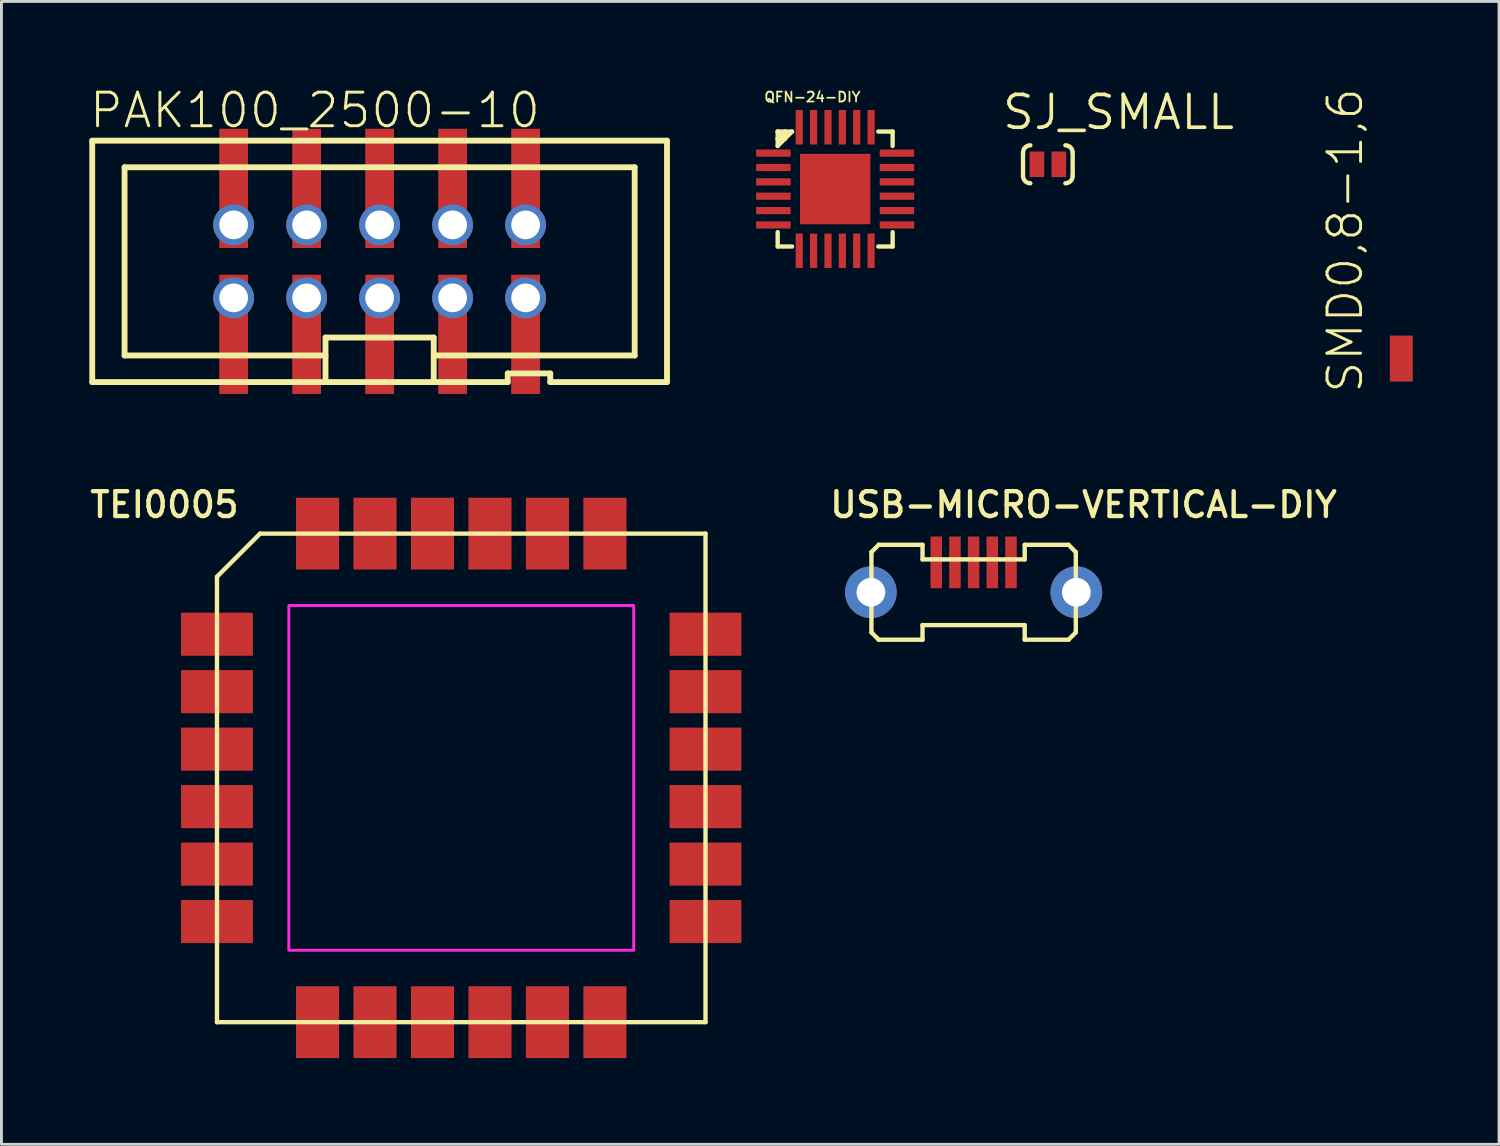
<source format=kicad_pcb>
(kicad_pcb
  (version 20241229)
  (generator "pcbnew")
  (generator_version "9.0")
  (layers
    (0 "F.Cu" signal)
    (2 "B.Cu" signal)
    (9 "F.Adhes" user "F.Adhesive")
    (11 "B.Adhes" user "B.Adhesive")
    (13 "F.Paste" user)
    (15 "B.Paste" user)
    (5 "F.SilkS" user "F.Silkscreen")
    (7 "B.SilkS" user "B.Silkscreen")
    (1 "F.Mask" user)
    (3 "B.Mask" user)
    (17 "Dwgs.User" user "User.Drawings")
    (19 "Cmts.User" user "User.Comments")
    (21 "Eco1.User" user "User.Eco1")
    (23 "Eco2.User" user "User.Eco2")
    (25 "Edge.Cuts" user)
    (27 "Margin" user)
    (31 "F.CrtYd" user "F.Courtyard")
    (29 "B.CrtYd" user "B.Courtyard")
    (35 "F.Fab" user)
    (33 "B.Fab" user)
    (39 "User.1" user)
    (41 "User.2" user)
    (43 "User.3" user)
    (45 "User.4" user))
  (footprint "SMD0,8-1,6"
    (layer "F.Cu")
    (at 45.713 9.428)
    (property "Reference" "SMD0,8-1,6" (at -1.27 1.27 90) (layer "F.SilkS") (effects (font (size 1.168 1.168) (thickness 0.102)) (justify left bottom)))
    (attr exclude_from_pos_files exclude_from_bom)
    (pad "P$1" smd rect (at 0 0) (size 0.8 1.6) (layers "F.Cu" "F.Mask")))
  (footprint "USB-MICRO-VERTICAL-DIY"
    (layer "F.Cu")
    (at 30.83 17.559)
    (property "Reference" "USB-MICRO-VERTICAL-DIY" (at -5.08 -2.54 0) (layer "F.SilkS") (effects (font (size 0.864 0.864) (thickness 0.152)) (justify left bottom)))
    (fp_line (start -3.556 -1.397) (end -3.556 1.397) (stroke (width 0.152) (type solid)) (layer "F.SilkS"))
    (fp_line (start -3.556 1.397) (end -3.302 1.651) (stroke (width 0.152) (type solid)) (layer "F.SilkS"))
    (fp_line (start -3.302 -1.651) (end -3.556 -1.397) (stroke (width 0.152) (type solid)) (layer "F.SilkS"))
    (fp_line (start -3.302 1.651) (end -1.778 1.651) (stroke (width 0.152) (type solid)) (layer "F.SilkS"))
    (fp_line (start -1.778 -1.651) (end -3.302 -1.651) (stroke (width 0.152) (type solid)) (layer "F.SilkS"))
    (fp_line (start -1.778 -1.143) (end -1.778 -1.651) (stroke (width 0.152) (type solid)) (layer "F.SilkS"))
    (fp_line (start -1.778 1.143) (end 1.778 1.143) (stroke (width 0.152) (type solid)) (layer "F.SilkS"))
    (fp_line (start -1.778 1.651) (end -1.778 1.143) (stroke (width 0.152) (type solid)) (layer "F.SilkS"))
    (fp_line (start 1.778 -1.651) (end 1.778 -1.143) (stroke (width 0.152) (type solid)) (layer "F.SilkS"))
    (fp_line (start 1.778 -1.143) (end -1.778 -1.143) (stroke (width 0.152) (type solid)) (layer "F.SilkS"))
    (fp_line (start 1.778 1.143) (end 1.778 1.651) (stroke (width 0.152) (type solid)) (layer "F.SilkS"))
    (fp_line (start 1.778 1.651) (end 3.302 1.651) (stroke (width 0.152) (type solid)) (layer "F.SilkS"))
    (fp_line (start 3.302 -1.651) (end 1.778 -1.651) (stroke (width 0.152) (type solid)) (layer "F.SilkS"))
    (fp_line (start 3.302 1.651) (end 3.556 1.397) (stroke (width 0.152) (type solid)) (layer "F.SilkS"))
    (fp_line (start 3.556 -1.397) (end 3.302 -1.651) (stroke (width 0.152) (type solid)) (layer "F.SilkS"))
    (fp_line (start 3.556 1.397) (end 3.556 -1.397) (stroke (width 0.152) (type solid)) (layer "F.SilkS"))
    (pad "1" smd rect (at -1.3 -1.04 90) (size 1.8 0.4) (layers "F.Cu" "F.Mask" "F.Paste"))
    (pad "2" smd rect (at -0.65 -1.04 90) (size 1.8 0.4) (layers "F.Cu" "F.Mask" "F.Paste"))
    (pad "3" smd rect (at 0 -1.04 90) (size 1.8 0.4) (layers "F.Cu" "F.Mask" "F.Paste"))
    (pad "4" smd rect (at 0.65 -1.04 90) (size 1.8 0.4) (layers "F.Cu" "F.Mask" "F.Paste"))
    (pad "5" smd rect (at 1.3 -1.04 90) (size 1.8 0.4) (layers "F.Cu" "F.Mask" "F.Paste"))
    (pad "6" thru_hole circle (at -3.575 0) (size 1.8 1.8) (drill 1) (layers "*.Cu" "*.Mask"))
    (pad "7" thru_hole circle (at 3.575 0) (size 1.8 1.8) (drill 1) (layers "*.Cu" "*.Mask")))
  (footprint "SJ_SMALL"
    (layer "F.Cu")
    (at 33.413 2.667)
    (property "Reference" "SJ_SMALL" (at -1.651 -1.143 0) (layer "F.SilkS") (effects (font (size 1.143 1.143) (thickness 0.127)) (justify left bottom)))
    (attr exclude_from_bom)
    (fp_poly (pts (xy -0.076 0.546) (xy 0.076 0.546) (xy 0.076 -0.546) (xy -0.076 -0.546)) (stroke (width 0) (type solid)) (fill yes) (layer "F.Mask"))
    (fp_line (start -0.864 0.406) (end -0.864 -0.406) (stroke (width 0.152) (type solid)) (layer "F.SilkS"))
    (fp_line (start 0.864 0.406) (end 0.864 -0.406) (stroke (width 0.152) (type solid)) (layer "F.SilkS"))
    (fp_arc (start -0.8636 -0.4064) (mid -0.789205 -0.586005) (end -0.6096 -0.6604) (stroke (width 0.1524) (type solid)) (layer "F.SilkS"))
    (fp_arc (start -0.6096 0.6604) (mid -0.789205 0.586005) (end -0.8636 0.4064) (stroke (width 0.1524) (type solid)) (layer "F.SilkS"))
    (fp_arc (start 0.6096 -0.6604) (mid 0.789205 -0.586005) (end 0.8636 -0.4064) (stroke (width 0.1524) (type solid)) (layer "F.SilkS"))
    (fp_arc (start 0.8636 0.4064) (mid 0.789205 0.586005) (end 0.6096 0.6604) (stroke (width 0.1524) (type solid)) (layer "F.SilkS"))
    (pad "1" smd rect (at -0.381 0 90) (size 0.889 0.508) (layers "F.Cu" "F.Mask"))
    (pad "2" smd rect (at 0.381 0 90) (size 0.889 0.508) (layers "F.Cu" "F.Mask")))
  (footprint "QFN-24-DIY"
    (layer "F.Cu")
    (at 26.012 3.528)
    (property "Reference" "QFN-24-DIY" (at -2.5 -3 0) (layer "F.SilkS") (effects (font (size 0.345 0.345) (thickness 0.061)) (justify left bottom)))
    (fp_line (start -2 -2) (end -2 -1.75) (stroke (width 0.152) (type solid)) (layer "F.SilkS"))
    (fp_line (start -2 -1.75) (end -2 -1.5) (stroke (width 0.152) (type solid)) (layer "F.SilkS"))
    (fp_line (start -2 -1.75) (end -1.75 -1.75) (stroke (width 0.152) (type solid)) (layer "F.SilkS"))
    (fp_line (start -2 -1.5) (end -1.75 -1.75) (stroke (width 0.152) (type solid)) (layer "F.SilkS"))
    (fp_line (start -2 1.5) (end -2 2) (stroke (width 0.152) (type solid)) (layer "F.SilkS"))
    (fp_line (start -2 2) (end -1.5 2) (stroke (width 0.152) (type solid)) (layer "F.SilkS"))
    (fp_line (start -1.75 -2) (end -2 -2) (stroke (width 0.152) (type solid)) (layer "F.SilkS"))
    (fp_line (start -1.75 -2) (end -1.75 -1.75) (stroke (width 0.152) (type solid)) (layer "F.SilkS"))
    (fp_line (start -1.75 -1.75) (end -2 -2) (stroke (width 0.152) (type solid)) (layer "F.SilkS"))
    (fp_line (start -1.75 -1.75) (end -1.5 -2) (stroke (width 0.152) (type solid)) (layer "F.SilkS"))
    (fp_line (start -1.5 -2) (end -1.75 -2) (stroke (width 0.152) (type solid)) (layer "F.SilkS"))
    (fp_line (start 1.5 2) (end 2 2) (stroke (width 0.152) (type solid)) (layer "F.SilkS"))
    (fp_line (start 2 -2) (end 1.5 -2) (stroke (width 0.152) (type solid)) (layer "F.SilkS"))
    (fp_line (start 2 -1.5) (end 2 -2) (stroke (width 0.152) (type solid)) (layer "F.SilkS"))
    (fp_line (start 2 2) (end 2 1.5) (stroke (width 0.152) (type solid)) (layer "F.SilkS"))
    (pad "EXP" smd rect (at 0 0) (size 2.45 2.45) (layers "F.Cu" "F.Mask" "F.Paste"))
    (pad "P1" smd rect (at -2.15 -1.25) (size 1.2 0.25) (layers "F.Cu" "F.Mask" "F.Paste"))
    (pad "P2" smd rect (at -2.15 -0.75) (size 1.2 0.25) (layers "F.Cu" "F.Mask" "F.Paste"))
    (pad "P3" smd rect (at -2.15 -0.25) (size 1.2 0.25) (layers "F.Cu" "F.Mask" "F.Paste"))
    (pad "P4" smd rect (at -2.15 0.25) (size 1.2 0.25) (layers "F.Cu" "F.Mask" "F.Paste"))
    (pad "P5" smd rect (at -2.15 0.75) (size 1.2 0.25) (layers "F.Cu" "F.Mask" "F.Paste"))
    (pad "P6" smd rect (at -2.15 1.25) (size 1.2 0.25) (layers "F.Cu" "F.Mask" "F.Paste"))
    (pad "P7" smd rect (at -1.25 2.15 90) (size 1.2 0.25) (layers "F.Cu" "F.Mask" "F.Paste"))
    (pad "P8" smd rect (at -0.75 2.15 90) (size 1.2 0.25) (layers "F.Cu" "F.Mask" "F.Paste"))
    (pad "P9" smd rect (at -0.25 2.15 90) (size 1.2 0.25) (layers "F.Cu" "F.Mask" "F.Paste"))
    (pad "P10" smd rect (at 0.25 2.15 90) (size 1.2 0.25) (layers "F.Cu" "F.Mask" "F.Paste"))
    (pad "P11" smd rect (at 0.75 2.15 90) (size 1.2 0.25) (layers "F.Cu" "F.Mask" "F.Paste"))
    (pad "P12" smd rect (at 1.25 2.15 90) (size 1.2 0.25) (layers "F.Cu" "F.Mask" "F.Paste"))
    (pad "P13" smd rect (at 2.15 1.25 180) (size 1.2 0.25) (layers "F.Cu" "F.Mask" "F.Paste"))
    (pad "P14" smd rect (at 2.15 0.75 180) (size 1.2 0.25) (layers "F.Cu" "F.Mask" "F.Paste"))
    (pad "P15" smd rect (at 2.15 0.25 180) (size 1.2 0.25) (layers "F.Cu" "F.Mask" "F.Paste"))
    (pad "P16" smd rect (at 2.15 -0.25 180) (size 1.2 0.25) (layers "F.Cu" "F.Mask" "F.Paste"))
    (pad "P17" smd rect (at 2.15 -0.75 180) (size 1.2 0.25) (layers "F.Cu" "F.Mask" "F.Paste"))
    (pad "P18" smd rect (at 2.15 -1.25 180) (size 1.2 0.25) (layers "F.Cu" "F.Mask" "F.Paste"))
    (pad "P19" smd rect (at 1.25 -2.15 270) (size 1.2 0.25) (layers "F.Cu" "F.Mask" "F.Paste"))
    (pad "P20" smd rect (at 0.75 -2.15 270) (size 1.2 0.25) (layers "F.Cu" "F.Mask" "F.Paste"))
    (pad "P21" smd rect (at 0.25 -2.15 270) (size 1.2 0.25) (layers "F.Cu" "F.Mask" "F.Paste"))
    (pad "P22" smd rect (at -0.25 -2.15 270) (size 1.2 0.25) (layers "F.Cu" "F.Mask" "F.Paste"))
    (pad "P23" smd rect (at -0.75 -2.15 270) (size 1.2 0.25) (layers "F.Cu" "F.Mask" "F.Paste"))
    (pad "P24" smd rect (at -1.25 -2.15 270) (size 1.2 0.25) (layers "F.Cu" "F.Mask" "F.Paste")))
  (footprint "TEI0005"
    (layer "F.Cu")
    (at 13 24.019)
    (property "Reference" "TEI0005" (at -13 -9 0) (layer "F.SilkS") (effects (font (size 0.864 0.864) (thickness 0.152)) (justify left bottom)))
    (fp_line (start -8.5 -7) (end -7 -8.5) (stroke (width 0.152) (type solid)) (layer "F.SilkS"))
    (fp_line (start -8.5 8.5) (end -8.5 -7) (stroke (width 0.152) (type solid)) (layer "F.SilkS"))
    (fp_line (start -7 -8.5) (end 8.5 -8.5) (stroke (width 0.152) (type solid)) (layer "F.SilkS"))
    (fp_line (start 8.5 -8.5) (end 8.5 8.5) (stroke (width 0.152) (type solid)) (layer "F.SilkS"))
    (fp_line (start 8.5 8.5) (end -8.5 8.5) (stroke (width 0.152) (type solid)) (layer "F.SilkS"))
    (fp_poly (pts (xy -6 6) (xy 6 6) (xy 6 -6) (xy -6 -6)) (stroke (width 0.1) (type solid)) (fill no) (layer "F.CrtYd"))
    (pad "1" smd rect (at -8.5 -5) (size 2.5 1.5) (layers "F.Cu" "F.Mask" "F.Paste"))
    (pad "2" smd rect (at -8.5 -3) (size 2.5 1.5) (layers "F.Cu" "F.Mask" "F.Paste"))
    (pad "3" smd rect (at -8.5 -1) (size 2.5 1.5) (layers "F.Cu" "F.Mask" "F.Paste"))
    (pad "4" smd rect (at -8.5 1) (size 2.5 1.5) (layers "F.Cu" "F.Mask" "F.Paste"))
    (pad "5" smd rect (at -8.5 3) (size 2.5 1.5) (layers "F.Cu" "F.Mask" "F.Paste"))
    (pad "6" smd rect (at -8.5 5) (size 2.5 1.5) (layers "F.Cu" "F.Mask" "F.Paste"))
    (pad "7" smd rect (at -5 8.5 90) (size 2.5 1.5) (layers "F.Cu" "F.Mask" "F.Paste"))
    (pad "8" smd rect (at -3 8.5 90) (size 2.5 1.5) (layers "F.Cu" "F.Mask" "F.Paste"))
    (pad "9" smd rect (at -1 8.5 90) (size 2.5 1.5) (layers "F.Cu" "F.Mask" "F.Paste"))
    (pad "10" smd rect (at 1 8.5 90) (size 2.5 1.5) (layers "F.Cu" "F.Mask" "F.Paste"))
    (pad "11" smd rect (at 3 8.5 90) (size 2.5 1.5) (layers "F.Cu" "F.Mask" "F.Paste"))
    (pad "12" smd rect (at 5 8.5 90) (size 2.5 1.5) (layers "F.Cu" "F.Mask" "F.Paste"))
    (pad "13" smd rect (at 8.5 5 180) (size 2.5 1.5) (layers "F.Cu" "F.Mask" "F.Paste"))
    (pad "14" smd rect (at 8.5 3 180) (size 2.5 1.5) (layers "F.Cu" "F.Mask" "F.Paste"))
    (pad "15" smd rect (at 8.5 1 180) (size 2.5 1.5) (layers "F.Cu" "F.Mask" "F.Paste"))
    (pad "16" smd rect (at 8.5 -1 180) (size 2.5 1.5) (layers "F.Cu" "F.Mask" "F.Paste"))
    (pad "17" smd rect (at 8.5 -3 180) (size 2.5 1.5) (layers "F.Cu" "F.Mask" "F.Paste"))
    (pad "18" smd rect (at 8.5 -5 180) (size 2.5 1.5) (layers "F.Cu" "F.Mask" "F.Paste"))
    (pad "19" smd rect (at 5 -8.5 270) (size 2.5 1.5) (layers "F.Cu" "F.Mask" "F.Paste"))
    (pad "20" smd rect (at 3 -8.5 270) (size 2.5 1.5) (layers "F.Cu" "F.Mask" "F.Paste"))
    (pad "21" smd rect (at 1 -8.5 270) (size 2.5 1.5) (layers "F.Cu" "F.Mask" "F.Paste"))
    (pad "22" smd rect (at -1 -8.5 270) (size 2.5 1.5) (layers "F.Cu" "F.Mask" "F.Paste"))
    (pad "23" smd rect (at -3 -8.5 270) (size 2.5 1.5) (layers "F.Cu" "F.Mask" "F.Paste"))
    (pad "24" smd rect (at -5 -8.5 270) (size 2.5 1.5) (layers "F.Cu" "F.Mask" "F.Paste"))
    (zone (net_name "") (layer "F.Cu") (hatch edge 0.508) (connect_pads) (min_thickness 0.254) (filled_areas_thickness no) (keepout (tracks not_allowed) (vias not_allowed) (pads not_allowed) (copperpour not_allowed) (footprints allowed)) (placement (enabled no)) (fill) (polygon (pts (xy 7 30.019) (xy 19 30.019) (xy 19 18.019) (xy 7 18.019)))))
  (footprint "PAK100_2500-10"
    (layer "F.Cu")
    (at 10.16 6.045)
    (property "Reference" "PAK100_2500-10" (at -10.16 -4.572 0) (layer "F.SilkS") (effects (font (size 1.168 1.168) (thickness 0.102)) (justify left bottom)))
    (fp_line (start -10 -4.2) (end 10 -4.2) (stroke (width 0.203) (type solid)) (layer "F.SilkS"))
    (fp_line (start -10 4.2) (end -10 -4.2) (stroke (width 0.203) (type solid)) (layer "F.SilkS"))
    (fp_line (start -8.875 -3.275) (end 8.875 -3.275) (stroke (width 0.203) (type solid)) (layer "F.SilkS"))
    (fp_line (start -8.875 3.275) (end -8.875 -3.275) (stroke (width 0.203) (type solid)) (layer "F.SilkS"))
    (fp_line (start -1.883 2.65) (end -1.883 4.2) (stroke (width 0.203) (type solid)) (layer "F.SilkS"))
    (fp_line (start -1.883 3.275) (end -8.875 3.275) (stroke (width 0.203) (type solid)) (layer "F.SilkS"))
    (fp_line (start -1.883 4.2) (end -10 4.2) (stroke (width 0.203) (type solid)) (layer "F.SilkS"))
    (fp_line (start 1.883 2.65) (end -1.883 2.65) (stroke (width 0.203) (type solid)) (layer "F.SilkS"))
    (fp_line (start 1.883 4.2) (end -1.883 4.2) (stroke (width 0.203) (type solid)) (layer "F.SilkS"))
    (fp_line (start 1.883 4.2) (end 1.883 2.65) (stroke (width 0.203) (type solid)) (layer "F.SilkS"))
    (fp_line (start 4.459 3.9) (end 4.459 4.2) (stroke (width 0.203) (type solid)) (layer "F.SilkS"))
    (fp_line (start 4.459 4.2) (end 1.883 4.2) (stroke (width 0.203) (type solid)) (layer "F.SilkS"))
    (fp_line (start 5.938 3.9) (end 4.459 3.9) (stroke (width 0.203) (type solid)) (layer "F.SilkS"))
    (fp_line (start 5.938 4.2) (end 5.938 3.9) (stroke (width 0.203) (type solid)) (layer "F.SilkS"))
    (fp_line (start 8.875 -3.275) (end 8.875 3.275) (stroke (width 0.203) (type solid)) (layer "F.SilkS"))
    (fp_line (start 8.875 3.275) (end 1.883 3.275) (stroke (width 0.203) (type solid)) (layer "F.SilkS"))
    (fp_line (start 10 -4.2) (end 10 4.2) (stroke (width 0.203) (type solid)) (layer "F.SilkS"))
    (fp_line (start 10 4.2) (end 5.938 4.2) (stroke (width 0.203) (type solid)) (layer "F.SilkS"))
    (pad "1" thru_hole circle (at -5.08 1.27) (size 1.422 1.422) (drill 1) (layers "*.Cu" "*.Mask"))
    (pad "1" smd rect (at -5.08 2.54 270) (size 4.15 1) (layers "F.Cu" "F.Mask" "F.Paste"))
    (pad "2" smd rect (at -5.08 -2.54 270) (size 4.15 1) (layers "F.Cu" "F.Mask" "F.Paste"))
    (pad "2" thru_hole circle (at -5.08 -1.27) (size 1.422 1.422) (drill 1) (layers "*.Cu" "*.Mask"))
    (pad "3" thru_hole circle (at -2.54 1.27) (size 1.422 1.422) (drill 1) (layers "*.Cu" "*.Mask"))
    (pad "3" smd rect (at -2.54 2.54 270) (size 4.15 1) (layers "F.Cu" "F.Mask" "F.Paste"))
    (pad "4" smd rect (at -2.54 -2.54 270) (size 4.15 1) (layers "F.Cu" "F.Mask" "F.Paste"))
    (pad "4" thru_hole circle (at -2.54 -1.27) (size 1.422 1.422) (drill 1) (layers "*.Cu" "*.Mask"))
    (pad "5" thru_hole circle (at 0 1.27) (size 1.422 1.422) (drill 1) (layers "*.Cu" "*.Mask"))
    (pad "5" smd rect (at 0 2.54 270) (size 4.15 1) (layers "F.Cu" "F.Mask" "F.Paste"))
    (pad "6" smd rect (at 0 -2.54 270) (size 4.15 1) (layers "F.Cu" "F.Mask" "F.Paste"))
    (pad "6" thru_hole circle (at 0 -1.27) (size 1.422 1.422) (drill 1) (layers "*.Cu" "*.Mask"))
    (pad "7" thru_hole circle (at 2.54 1.27) (size 1.422 1.422) (drill 1) (layers "*.Cu" "*.Mask"))
    (pad "7" smd rect (at 2.54 2.54 270) (size 4.15 1) (layers "F.Cu" "F.Mask" "F.Paste"))
    (pad "8" smd rect (at 2.54 -2.54 270) (size 4.15 1) (layers "F.Cu" "F.Mask" "F.Paste"))
    (pad "8" thru_hole circle (at 2.54 -1.27) (size 1.422 1.422) (drill 1) (layers "*.Cu" "*.Mask"))
    (pad "9" thru_hole circle (at 5.08 1.27) (size 1.422 1.422) (drill 1) (layers "*.Cu" "*.Mask"))
    (pad "9" smd rect (at 5.08 2.54 270) (size 4.15 1) (layers "F.Cu" "F.Mask" "F.Paste"))
    (pad "10" smd rect (at 5.08 -2.54 270) (size 4.15 1) (layers "F.Cu" "F.Mask" "F.Paste"))
    (pad "10" thru_hole circle (at 5.08 -1.27) (size 1.422 1.422) (drill 1) (layers "*.Cu" "*.Mask")))
  (gr_rect
    (start -3 -3)
    (end 49.113 36.769)
    (stroke (width 0.1) (type default))
    (fill no)
    (layer "Edge.Cuts")))
</source>
